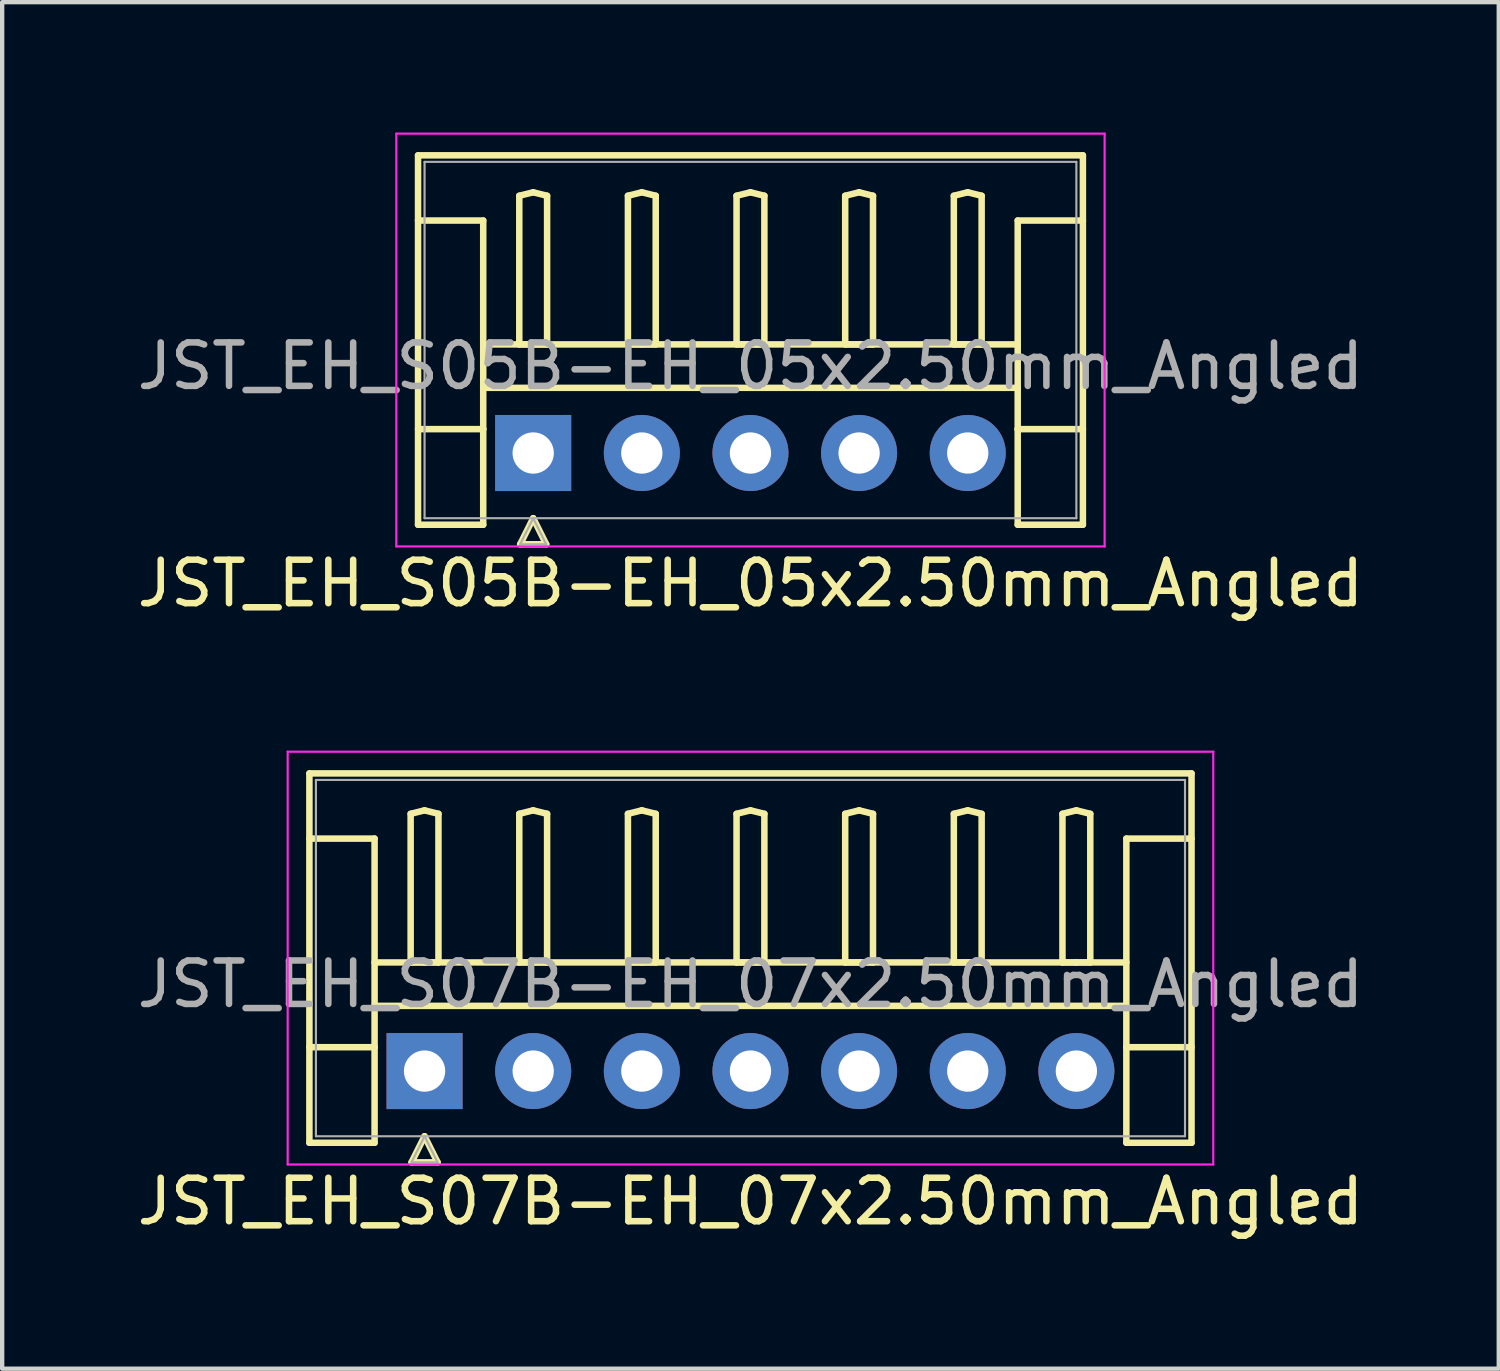
<source format=kicad_pcb>
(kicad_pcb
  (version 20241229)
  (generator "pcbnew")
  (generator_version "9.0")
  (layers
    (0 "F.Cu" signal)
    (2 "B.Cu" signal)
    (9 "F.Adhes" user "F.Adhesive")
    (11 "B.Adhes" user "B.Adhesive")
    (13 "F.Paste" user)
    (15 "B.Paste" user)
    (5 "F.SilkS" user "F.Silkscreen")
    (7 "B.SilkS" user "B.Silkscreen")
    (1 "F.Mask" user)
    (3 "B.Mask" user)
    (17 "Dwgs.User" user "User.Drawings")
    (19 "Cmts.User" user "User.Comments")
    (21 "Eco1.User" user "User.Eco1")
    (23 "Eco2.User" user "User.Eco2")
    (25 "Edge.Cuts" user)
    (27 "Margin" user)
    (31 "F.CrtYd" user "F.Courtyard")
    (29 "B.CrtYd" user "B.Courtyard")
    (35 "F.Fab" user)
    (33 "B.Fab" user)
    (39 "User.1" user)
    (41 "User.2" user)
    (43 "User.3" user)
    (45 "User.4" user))
  (footprint "JST_EH_S07B-EH_07x2.50mm_Angled"
    (layer "F.Cu")
    (at 6.72 21.598)
    (property "Reference" "JST_EH_S07B-EH_07x2.50mm_Angled" (at 7.5 -2 0) (layer "F.Fab") (effects (font (size 1 1) (thickness 0.15))))
    (attr through_hole)
    (fp_line (start -2.65 -6.85) (end 17.65 -6.85) (stroke (width 0.15) (type solid)) (layer "F.SilkS"))
    (fp_line (start -2.65 -5.35) (end -1.15 -5.35) (stroke (width 0.15) (type solid)) (layer "F.SilkS"))
    (fp_line (start -2.65 1.65) (end -2.65 -6.85) (stroke (width 0.15) (type solid)) (layer "F.SilkS"))
    (fp_line (start -1.15 -5.35) (end -1.15 -0.55) (stroke (width 0.15) (type solid)) (layer "F.SilkS"))
    (fp_line (start -1.15 -2.5) (end 16.15 -2.5) (stroke (width 0.15) (type solid)) (layer "F.SilkS"))
    (fp_line (start -1.15 -1.5) (end 16.15 -1.5) (stroke (width 0.15) (type solid)) (layer "F.SilkS"))
    (fp_line (start -1.15 -0.55) (end -2.65 -0.55) (stroke (width 0.15) (type solid)) (layer "F.SilkS"))
    (fp_line (start -1.15 -0.55) (end -1.15 1.65) (stroke (width 0.15) (type solid)) (layer "F.SilkS"))
    (fp_line (start -1.15 1.65) (end -2.65 1.65) (stroke (width 0.15) (type solid)) (layer "F.SilkS"))
    (fp_line (start -0.32 -5.92) (end 0 -6) (stroke (width 0.15) (type solid)) (layer "F.SilkS"))
    (fp_line (start -0.32 -2.5) (end -0.32 -5.92) (stroke (width 0.15) (type solid)) (layer "F.SilkS"))
    (fp_line (start -0.3 2.1) (end 0.3 2.1) (stroke (width 0.15) (type solid)) (layer "F.SilkS"))
    (fp_line (start 0 -6) (end 0.32 -5.92) (stroke (width 0.15) (type solid)) (layer "F.SilkS"))
    (fp_line (start 0 -2.5) (end -0.32 -2.5) (stroke (width 0.15) (type solid)) (layer "F.SilkS"))
    (fp_line (start 0 1.5) (end -0.3 2.1) (stroke (width 0.15) (type solid)) (layer "F.SilkS"))
    (fp_line (start 0.3 2.1) (end 0 1.5) (stroke (width 0.15) (type solid)) (layer "F.SilkS"))
    (fp_line (start 0.32 -5.92) (end 0.32 -2.5) (stroke (width 0.15) (type solid)) (layer "F.SilkS"))
    (fp_line (start 0.32 -2.5) (end 0 -2.5) (stroke (width 0.15) (type solid)) (layer "F.SilkS"))
    (fp_line (start 2.18 -5.92) (end 2.5 -6) (stroke (width 0.15) (type solid)) (layer "F.SilkS"))
    (fp_line (start 2.18 -2.5) (end 2.18 -5.92) (stroke (width 0.15) (type solid)) (layer "F.SilkS"))
    (fp_line (start 2.5 -6) (end 2.82 -5.92) (stroke (width 0.15) (type solid)) (layer "F.SilkS"))
    (fp_line (start 2.5 -2.5) (end 2.18 -2.5) (stroke (width 0.15) (type solid)) (layer "F.SilkS"))
    (fp_line (start 2.82 -5.92) (end 2.82 -2.5) (stroke (width 0.15) (type solid)) (layer "F.SilkS"))
    (fp_line (start 2.82 -2.5) (end 2.5 -2.5) (stroke (width 0.15) (type solid)) (layer "F.SilkS"))
    (fp_line (start 4.68 -5.92) (end 5 -6) (stroke (width 0.15) (type solid)) (layer "F.SilkS"))
    (fp_line (start 4.68 -2.5) (end 4.68 -5.92) (stroke (width 0.15) (type solid)) (layer "F.SilkS"))
    (fp_line (start 5 -6) (end 5.32 -5.92) (stroke (width 0.15) (type solid)) (layer "F.SilkS"))
    (fp_line (start 5 -2.5) (end 4.68 -2.5) (stroke (width 0.15) (type solid)) (layer "F.SilkS"))
    (fp_line (start 5.32 -5.92) (end 5.32 -2.5) (stroke (width 0.15) (type solid)) (layer "F.SilkS"))
    (fp_line (start 5.32 -2.5) (end 5 -2.5) (stroke (width 0.15) (type solid)) (layer "F.SilkS"))
    (fp_line (start 7.18 -5.92) (end 7.5 -6) (stroke (width 0.15) (type solid)) (layer "F.SilkS"))
    (fp_line (start 7.18 -2.5) (end 7.18 -5.92) (stroke (width 0.15) (type solid)) (layer "F.SilkS"))
    (fp_line (start 7.5 -6) (end 7.82 -5.92) (stroke (width 0.15) (type solid)) (layer "F.SilkS"))
    (fp_line (start 7.5 -2.5) (end 7.18 -2.5) (stroke (width 0.15) (type solid)) (layer "F.SilkS"))
    (fp_line (start 7.82 -5.92) (end 7.82 -2.5) (stroke (width 0.15) (type solid)) (layer "F.SilkS"))
    (fp_line (start 7.82 -2.5) (end 7.5 -2.5) (stroke (width 0.15) (type solid)) (layer "F.SilkS"))
    (fp_line (start 9.68 -5.92) (end 10 -6) (stroke (width 0.15) (type solid)) (layer "F.SilkS"))
    (fp_line (start 9.68 -2.5) (end 9.68 -5.92) (stroke (width 0.15) (type solid)) (layer "F.SilkS"))
    (fp_line (start 10 -6) (end 10.32 -5.92) (stroke (width 0.15) (type solid)) (layer "F.SilkS"))
    (fp_line (start 10 -2.5) (end 9.68 -2.5) (stroke (width 0.15) (type solid)) (layer "F.SilkS"))
    (fp_line (start 10.32 -5.92) (end 10.32 -2.5) (stroke (width 0.15) (type solid)) (layer "F.SilkS"))
    (fp_line (start 10.32 -2.5) (end 10 -2.5) (stroke (width 0.15) (type solid)) (layer "F.SilkS"))
    (fp_line (start 12.18 -5.92) (end 12.5 -6) (stroke (width 0.15) (type solid)) (layer "F.SilkS"))
    (fp_line (start 12.18 -2.5) (end 12.18 -5.92) (stroke (width 0.15) (type solid)) (layer "F.SilkS"))
    (fp_line (start 12.5 -6) (end 12.82 -5.92) (stroke (width 0.15) (type solid)) (layer "F.SilkS"))
    (fp_line (start 12.5 -2.5) (end 12.18 -2.5) (stroke (width 0.15) (type solid)) (layer "F.SilkS"))
    (fp_line (start 12.82 -5.92) (end 12.82 -2.5) (stroke (width 0.15) (type solid)) (layer "F.SilkS"))
    (fp_line (start 12.82 -2.5) (end 12.5 -2.5) (stroke (width 0.15) (type solid)) (layer "F.SilkS"))
    (fp_line (start 14.68 -5.92) (end 15 -6) (stroke (width 0.15) (type solid)) (layer "F.SilkS"))
    (fp_line (start 14.68 -2.5) (end 14.68 -5.92) (stroke (width 0.15) (type solid)) (layer "F.SilkS"))
    (fp_line (start 15 -6) (end 15.32 -5.92) (stroke (width 0.15) (type solid)) (layer "F.SilkS"))
    (fp_line (start 15 -2.5) (end 14.68 -2.5) (stroke (width 0.15) (type solid)) (layer "F.SilkS"))
    (fp_line (start 15.32 -5.92) (end 15.32 -2.5) (stroke (width 0.15) (type solid)) (layer "F.SilkS"))
    (fp_line (start 15.32 -2.5) (end 15 -2.5) (stroke (width 0.15) (type solid)) (layer "F.SilkS"))
    (fp_line (start 16.15 -5.35) (end 16.15 -0.55) (stroke (width 0.15) (type solid)) (layer "F.SilkS"))
    (fp_line (start 16.15 -0.55) (end 17.65 -0.55) (stroke (width 0.15) (type solid)) (layer "F.SilkS"))
    (fp_line (start 16.15 1.65) (end 16.15 -0.55) (stroke (width 0.15) (type solid)) (layer "F.SilkS"))
    (fp_line (start 17.65 -6.85) (end 17.65 1.65) (stroke (width 0.15) (type solid)) (layer "F.SilkS"))
    (fp_line (start 17.65 -5.35) (end 16.15 -5.35) (stroke (width 0.15) (type solid)) (layer "F.SilkS"))
    (fp_line (start 17.65 1.65) (end 16.15 1.65) (stroke (width 0.15) (type solid)) (layer "F.SilkS"))
    (fp_line (start -3.15 -7.35) (end -3.15 2.15) (stroke (width 0.05) (type solid)) (layer "F.CrtYd"))
    (fp_line (start -3.15 2.15) (end 18.15 2.15) (stroke (width 0.05) (type solid)) (layer "F.CrtYd"))
    (fp_line (start 18.15 -7.35) (end -3.15 -7.35) (stroke (width 0.05) (type solid)) (layer "F.CrtYd"))
    (fp_line (start 18.15 2.15) (end 18.15 -7.35) (stroke (width 0.05) (type solid)) (layer "F.CrtYd"))
    (fp_line (start -2.5 -6.7) (end -2.5 1.5) (stroke (width 0.05) (type solid)) (layer "F.Fab"))
    (fp_line (start -2.5 1.5) (end 17.5 1.5) (stroke (width 0.05) (type solid)) (layer "F.Fab"))
    (fp_line (start -0.3 2.1) (end 0.3 2.1) (stroke (width 0.05) (type solid)) (layer "F.Fab"))
    (fp_line (start 0 1.5) (end -0.3 2.1) (stroke (width 0.05) (type solid)) (layer "F.Fab"))
    (fp_line (start 0.3 2.1) (end 0 1.5) (stroke (width 0.05) (type solid)) (layer "F.Fab"))
    (fp_line (start 17.5 -6.7) (end -2.5 -6.7) (stroke (width 0.05) (type solid)) (layer "F.Fab"))
    (fp_line (start 17.5 1.5) (end 17.5 -6.7) (stroke (width 0.05) (type solid)) (layer "F.Fab"))
    (fp_text user "${REFERENCE}" (at 7.5 3 0) (layer "F.SilkS") (effects (font (size 1 1) (thickness 0.15))))
    (pad "1" thru_hole rect (at 0 0) (size 1.75 1.75) (drill 0.95) (layers "*.Cu" "*.Mask"))
    (pad "2" thru_hole circle (at 2.5 0) (size 1.75 1.75) (drill 0.95) (layers "*.Cu" "*.Mask"))
    (pad "3" thru_hole circle (at 5 0) (size 1.75 1.75) (drill 0.95) (layers "*.Cu" "*.Mask"))
    (pad "4" thru_hole circle (at 7.5 0) (size 1.75 1.75) (drill 0.95) (layers "*.Cu" "*.Mask"))
    (pad "5" thru_hole circle (at 10 0) (size 1.75 1.75) (drill 0.95) (layers "*.Cu" "*.Mask"))
    (pad "6" thru_hole circle (at 12.5 0) (size 1.75 1.75) (drill 0.95) (layers "*.Cu" "*.Mask"))
    (pad "7" thru_hole circle (at 15 0) (size 1.75 1.75) (drill 0.95) (layers "*.Cu" "*.Mask")))
  (footprint "JST_EH_S05B-EH_05x2.50mm_Angled"
    (layer "F.Cu")
    (at 9.22 7.375)
    (property "Reference" "JST_EH_S05B-EH_05x2.50mm_Angled" (at 5 -2 0) (layer "F.Fab") (effects (font (size 1 1) (thickness 0.15))))
    (attr through_hole)
    (fp_line (start -2.65 -6.85) (end 12.65 -6.85) (stroke (width 0.15) (type solid)) (layer "F.SilkS"))
    (fp_line (start -2.65 -5.35) (end -1.15 -5.35) (stroke (width 0.15) (type solid)) (layer "F.SilkS"))
    (fp_line (start -2.65 1.65) (end -2.65 -6.85) (stroke (width 0.15) (type solid)) (layer "F.SilkS"))
    (fp_line (start -1.15 -5.35) (end -1.15 -0.55) (stroke (width 0.15) (type solid)) (layer "F.SilkS"))
    (fp_line (start -1.15 -2.5) (end 11.15 -2.5) (stroke (width 0.15) (type solid)) (layer "F.SilkS"))
    (fp_line (start -1.15 -1.5) (end 11.15 -1.5) (stroke (width 0.15) (type solid)) (layer "F.SilkS"))
    (fp_line (start -1.15 -0.55) (end -2.65 -0.55) (stroke (width 0.15) (type solid)) (layer "F.SilkS"))
    (fp_line (start -1.15 -0.55) (end -1.15 1.65) (stroke (width 0.15) (type solid)) (layer "F.SilkS"))
    (fp_line (start -1.15 1.65) (end -2.65 1.65) (stroke (width 0.15) (type solid)) (layer "F.SilkS"))
    (fp_line (start -0.32 -5.92) (end 0 -6) (stroke (width 0.15) (type solid)) (layer "F.SilkS"))
    (fp_line (start -0.32 -2.5) (end -0.32 -5.92) (stroke (width 0.15) (type solid)) (layer "F.SilkS"))
    (fp_line (start -0.3 2.1) (end 0.3 2.1) (stroke (width 0.15) (type solid)) (layer "F.SilkS"))
    (fp_line (start 0 -6) (end 0.32 -5.92) (stroke (width 0.15) (type solid)) (layer "F.SilkS"))
    (fp_line (start 0 -2.5) (end -0.32 -2.5) (stroke (width 0.15) (type solid)) (layer "F.SilkS"))
    (fp_line (start 0 1.5) (end -0.3 2.1) (stroke (width 0.15) (type solid)) (layer "F.SilkS"))
    (fp_line (start 0.3 2.1) (end 0 1.5) (stroke (width 0.15) (type solid)) (layer "F.SilkS"))
    (fp_line (start 0.32 -5.92) (end 0.32 -2.5) (stroke (width 0.15) (type solid)) (layer "F.SilkS"))
    (fp_line (start 0.32 -2.5) (end 0 -2.5) (stroke (width 0.15) (type solid)) (layer "F.SilkS"))
    (fp_line (start 2.18 -5.92) (end 2.5 -6) (stroke (width 0.15) (type solid)) (layer "F.SilkS"))
    (fp_line (start 2.18 -2.5) (end 2.18 -5.92) (stroke (width 0.15) (type solid)) (layer "F.SilkS"))
    (fp_line (start 2.5 -6) (end 2.82 -5.92) (stroke (width 0.15) (type solid)) (layer "F.SilkS"))
    (fp_line (start 2.5 -2.5) (end 2.18 -2.5) (stroke (width 0.15) (type solid)) (layer "F.SilkS"))
    (fp_line (start 2.82 -5.92) (end 2.82 -2.5) (stroke (width 0.15) (type solid)) (layer "F.SilkS"))
    (fp_line (start 2.82 -2.5) (end 2.5 -2.5) (stroke (width 0.15) (type solid)) (layer "F.SilkS"))
    (fp_line (start 4.68 -5.92) (end 5 -6) (stroke (width 0.15) (type solid)) (layer "F.SilkS"))
    (fp_line (start 4.68 -2.5) (end 4.68 -5.92) (stroke (width 0.15) (type solid)) (layer "F.SilkS"))
    (fp_line (start 5 -6) (end 5.32 -5.92) (stroke (width 0.15) (type solid)) (layer "F.SilkS"))
    (fp_line (start 5 -2.5) (end 4.68 -2.5) (stroke (width 0.15) (type solid)) (layer "F.SilkS"))
    (fp_line (start 5.32 -5.92) (end 5.32 -2.5) (stroke (width 0.15) (type solid)) (layer "F.SilkS"))
    (fp_line (start 5.32 -2.5) (end 5 -2.5) (stroke (width 0.15) (type solid)) (layer "F.SilkS"))
    (fp_line (start 7.18 -5.92) (end 7.5 -6) (stroke (width 0.15) (type solid)) (layer "F.SilkS"))
    (fp_line (start 7.18 -2.5) (end 7.18 -5.92) (stroke (width 0.15) (type solid)) (layer "F.SilkS"))
    (fp_line (start 7.5 -6) (end 7.82 -5.92) (stroke (width 0.15) (type solid)) (layer "F.SilkS"))
    (fp_line (start 7.5 -2.5) (end 7.18 -2.5) (stroke (width 0.15) (type solid)) (layer "F.SilkS"))
    (fp_line (start 7.82 -5.92) (end 7.82 -2.5) (stroke (width 0.15) (type solid)) (layer "F.SilkS"))
    (fp_line (start 7.82 -2.5) (end 7.5 -2.5) (stroke (width 0.15) (type solid)) (layer "F.SilkS"))
    (fp_line (start 9.68 -5.92) (end 10 -6) (stroke (width 0.15) (type solid)) (layer "F.SilkS"))
    (fp_line (start 9.68 -2.5) (end 9.68 -5.92) (stroke (width 0.15) (type solid)) (layer "F.SilkS"))
    (fp_line (start 10 -6) (end 10.32 -5.92) (stroke (width 0.15) (type solid)) (layer "F.SilkS"))
    (fp_line (start 10 -2.5) (end 9.68 -2.5) (stroke (width 0.15) (type solid)) (layer "F.SilkS"))
    (fp_line (start 10.32 -5.92) (end 10.32 -2.5) (stroke (width 0.15) (type solid)) (layer "F.SilkS"))
    (fp_line (start 10.32 -2.5) (end 10 -2.5) (stroke (width 0.15) (type solid)) (layer "F.SilkS"))
    (fp_line (start 11.15 -5.35) (end 11.15 -0.55) (stroke (width 0.15) (type solid)) (layer "F.SilkS"))
    (fp_line (start 11.15 -0.55) (end 12.65 -0.55) (stroke (width 0.15) (type solid)) (layer "F.SilkS"))
    (fp_line (start 11.15 1.65) (end 11.15 -0.55) (stroke (width 0.15) (type solid)) (layer "F.SilkS"))
    (fp_line (start 12.65 -6.85) (end 12.65 1.65) (stroke (width 0.15) (type solid)) (layer "F.SilkS"))
    (fp_line (start 12.65 -5.35) (end 11.15 -5.35) (stroke (width 0.15) (type solid)) (layer "F.SilkS"))
    (fp_line (start 12.65 1.65) (end 11.15 1.65) (stroke (width 0.15) (type solid)) (layer "F.SilkS"))
    (fp_line (start -3.15 -7.35) (end -3.15 2.15) (stroke (width 0.05) (type solid)) (layer "F.CrtYd"))
    (fp_line (start -3.15 2.15) (end 13.15 2.15) (stroke (width 0.05) (type solid)) (layer "F.CrtYd"))
    (fp_line (start 13.15 -7.35) (end -3.15 -7.35) (stroke (width 0.05) (type solid)) (layer "F.CrtYd"))
    (fp_line (start 13.15 2.15) (end 13.15 -7.35) (stroke (width 0.05) (type solid)) (layer "F.CrtYd"))
    (fp_line (start -2.5 -6.7) (end -2.5 1.5) (stroke (width 0.05) (type solid)) (layer "F.Fab"))
    (fp_line (start -2.5 1.5) (end 12.5 1.5) (stroke (width 0.05) (type solid)) (layer "F.Fab"))
    (fp_line (start -0.3 2.1) (end 0.3 2.1) (stroke (width 0.05) (type solid)) (layer "F.Fab"))
    (fp_line (start 0 1.5) (end -0.3 2.1) (stroke (width 0.05) (type solid)) (layer "F.Fab"))
    (fp_line (start 0.3 2.1) (end 0 1.5) (stroke (width 0.05) (type solid)) (layer "F.Fab"))
    (fp_line (start 12.5 -6.7) (end -2.5 -6.7) (stroke (width 0.05) (type solid)) (layer "F.Fab"))
    (fp_line (start 12.5 1.5) (end 12.5 -6.7) (stroke (width 0.05) (type solid)) (layer "F.Fab"))
    (fp_text user "${REFERENCE}" (at 5 3 0) (layer "F.SilkS") (effects (font (size 1 1) (thickness 0.15))))
    (pad "1" thru_hole rect (at 0 0) (size 1.75 1.75) (drill 0.95) (layers "*.Cu" "*.Mask"))
    (pad "2" thru_hole circle (at 2.5 0) (size 1.75 1.75) (drill 0.95) (layers "*.Cu" "*.Mask"))
    (pad "3" thru_hole circle (at 5 0) (size 1.75 1.75) (drill 0.95) (layers "*.Cu" "*.Mask"))
    (pad "4" thru_hole circle (at 7.5 0) (size 1.75 1.75) (drill 0.95) (layers "*.Cu" "*.Mask"))
    (pad "5" thru_hole circle (at 10 0) (size 1.75 1.75) (drill 0.95) (layers "*.Cu" "*.Mask")))
  (gr_rect
    (start -3 -3)
    (end 31.44 28.447)
    (stroke (width 0.1) (type default))
    (fill no)
    (layer "Edge.Cuts")))
</source>
